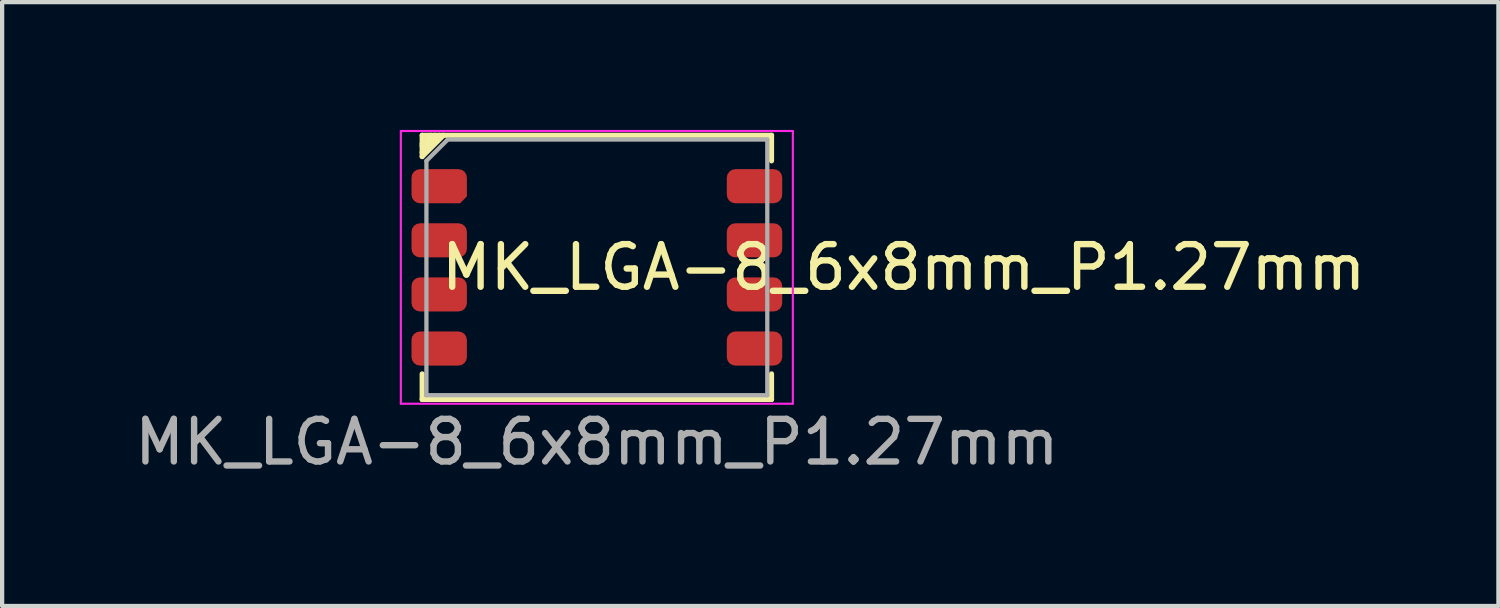
<source format=kicad_pcb>
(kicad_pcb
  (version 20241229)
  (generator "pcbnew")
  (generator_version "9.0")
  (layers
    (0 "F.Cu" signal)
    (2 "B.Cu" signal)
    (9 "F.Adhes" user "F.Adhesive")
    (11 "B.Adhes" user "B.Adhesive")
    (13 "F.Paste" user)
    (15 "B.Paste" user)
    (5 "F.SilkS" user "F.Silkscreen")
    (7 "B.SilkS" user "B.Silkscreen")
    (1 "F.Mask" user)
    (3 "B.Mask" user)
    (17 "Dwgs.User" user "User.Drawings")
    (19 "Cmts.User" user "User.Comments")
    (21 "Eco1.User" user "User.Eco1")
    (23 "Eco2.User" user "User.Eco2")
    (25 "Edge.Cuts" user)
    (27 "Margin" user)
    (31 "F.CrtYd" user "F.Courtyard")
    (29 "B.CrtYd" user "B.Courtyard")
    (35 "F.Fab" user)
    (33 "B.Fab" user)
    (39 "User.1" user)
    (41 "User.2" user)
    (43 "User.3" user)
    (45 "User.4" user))
  (footprint "MK_LGA-8_6x8mm_P1.27mm"
    (layer "F.Cu")
    (at 10.958 3.225)
    (property "Reference" "MK_LGA-8_6x8mm_P1.27mm" (at 7.2 0 0) (layer "F.SilkS") (effects (font (size 1 1) (thickness 0.15))))
    (attr smd)
    (fp_line (start -4.1 -3.1) (end -4.1 -2.6) (stroke (width 0.12) (type solid)) (layer "F.SilkS"))
    (fp_line (start -4.1 -2.9) (end -3.9 -3.1) (stroke (width 0.12) (type solid)) (layer "F.SilkS"))
    (fp_line (start -4.1 -2.85) (end -3.8 -3.1) (stroke (width 0.12) (type solid)) (layer "F.SilkS"))
    (fp_line (start -4.1 -2.7) (end -3.7 -3.1) (stroke (width 0.12) (type solid)) (layer "F.SilkS"))
    (fp_line (start -4.1 -2.6) (end -3.6 -3.1) (stroke (width 0.12) (type solid)) (layer "F.SilkS"))
    (fp_line (start -4.1 3.1) (end -4.1 2.5) (stroke (width 0.12) (type solid)) (layer "F.SilkS"))
    (fp_line (start 4.1 -3.1) (end -4.1 -3.1) (stroke (width 0.12) (type solid)) (layer "F.SilkS"))
    (fp_line (start 4.1 -3.1) (end 4.1 -2.5) (stroke (width 0.12) (type solid)) (layer "F.SilkS"))
    (fp_line (start 4.1 3.1) (end -4.1 3.1) (stroke (width 0.12) (type solid)) (layer "F.SilkS"))
    (fp_line (start 4.1 3.1) (end 4.1 2.5) (stroke (width 0.12) (type solid)) (layer "F.SilkS"))
    (fp_line (start -4.6 -3.2) (end 4.6 -3.2) (stroke (width 0.05) (type solid)) (layer "F.CrtYd"))
    (fp_line (start -4.6 3.2) (end -4.6 -3.2) (stroke (width 0.05) (type solid)) (layer "F.CrtYd"))
    (fp_line (start 4.6 -3.2) (end 4.6 3.2) (stroke (width 0.05) (type solid)) (layer "F.CrtYd"))
    (fp_line (start 4.6 3.2) (end -4.6 3.2) (stroke (width 0.05) (type solid)) (layer "F.CrtYd"))
    (fp_line (start -4 -2.5) (end -3.5 -3) (stroke (width 0.1) (type solid)) (layer "F.Fab"))
    (fp_line (start -4 3) (end -4 -2.5) (stroke (width 0.1) (type solid)) (layer "F.Fab"))
    (fp_line (start -3.5 -3) (end 4 -3) (stroke (width 0.1) (type solid)) (layer "F.Fab"))
    (fp_line (start 4 -3) (end 4 3) (stroke (width 0.1) (type solid)) (layer "F.Fab"))
    (fp_line (start 4 3) (end -4 3) (stroke (width 0.1) (type solid)) (layer "F.Fab"))
    (fp_text user "${REFERENCE}" (at 0 4.1 0) (layer "F.Fab") (effects (font (size 1 1) (thickness 0.15))))
    (pad "1" smd roundrect (at -3.7 -1.905 90) (size 0.8 1.3) (layers "F.Cu" "F.Mask" "F.Paste") (roundrect_rratio 0.25) (chamfer_ratio 0.2) (chamfer bottom_left))
    (pad "2" smd roundrect (at -3.7 -0.635 90) (size 0.8 1.3) (layers "F.Cu" "F.Mask" "F.Paste") (roundrect_rratio 0.25))
    (pad "3" smd roundrect (at -3.7 0.635 90) (size 0.8 1.3) (layers "F.Cu" "F.Mask" "F.Paste") (roundrect_rratio 0.25))
    (pad "4" smd roundrect (at -3.7 1.905 90) (size 0.8 1.3) (layers "F.Cu" "F.Mask" "F.Paste") (roundrect_rratio 0.25))
    (pad "5" smd roundrect (at 3.7 1.905 90) (size 0.8 1.3) (layers "F.Cu" "F.Mask" "F.Paste") (roundrect_rratio 0.25))
    (pad "6" smd roundrect (at 3.7 0.635 90) (size 0.8 1.3) (layers "F.Cu" "F.Mask" "F.Paste") (roundrect_rratio 0.25))
    (pad "7" smd roundrect (at 3.7 -0.635 90) (size 0.8 1.3) (layers "F.Cu" "F.Mask" "F.Paste") (roundrect_rratio 0.25))
    (pad "8" smd roundrect (at 3.7 -1.905 90) (size 0.8 1.3) (layers "F.Cu" "F.Mask" "F.Paste") (roundrect_rratio 0.25)))
  (gr_rect
    (start -3 -3)
    (end 32.117 11.173)
    (stroke (width 0.1) (type default))
    (fill no)
    (layer "Edge.Cuts")))
</source>
